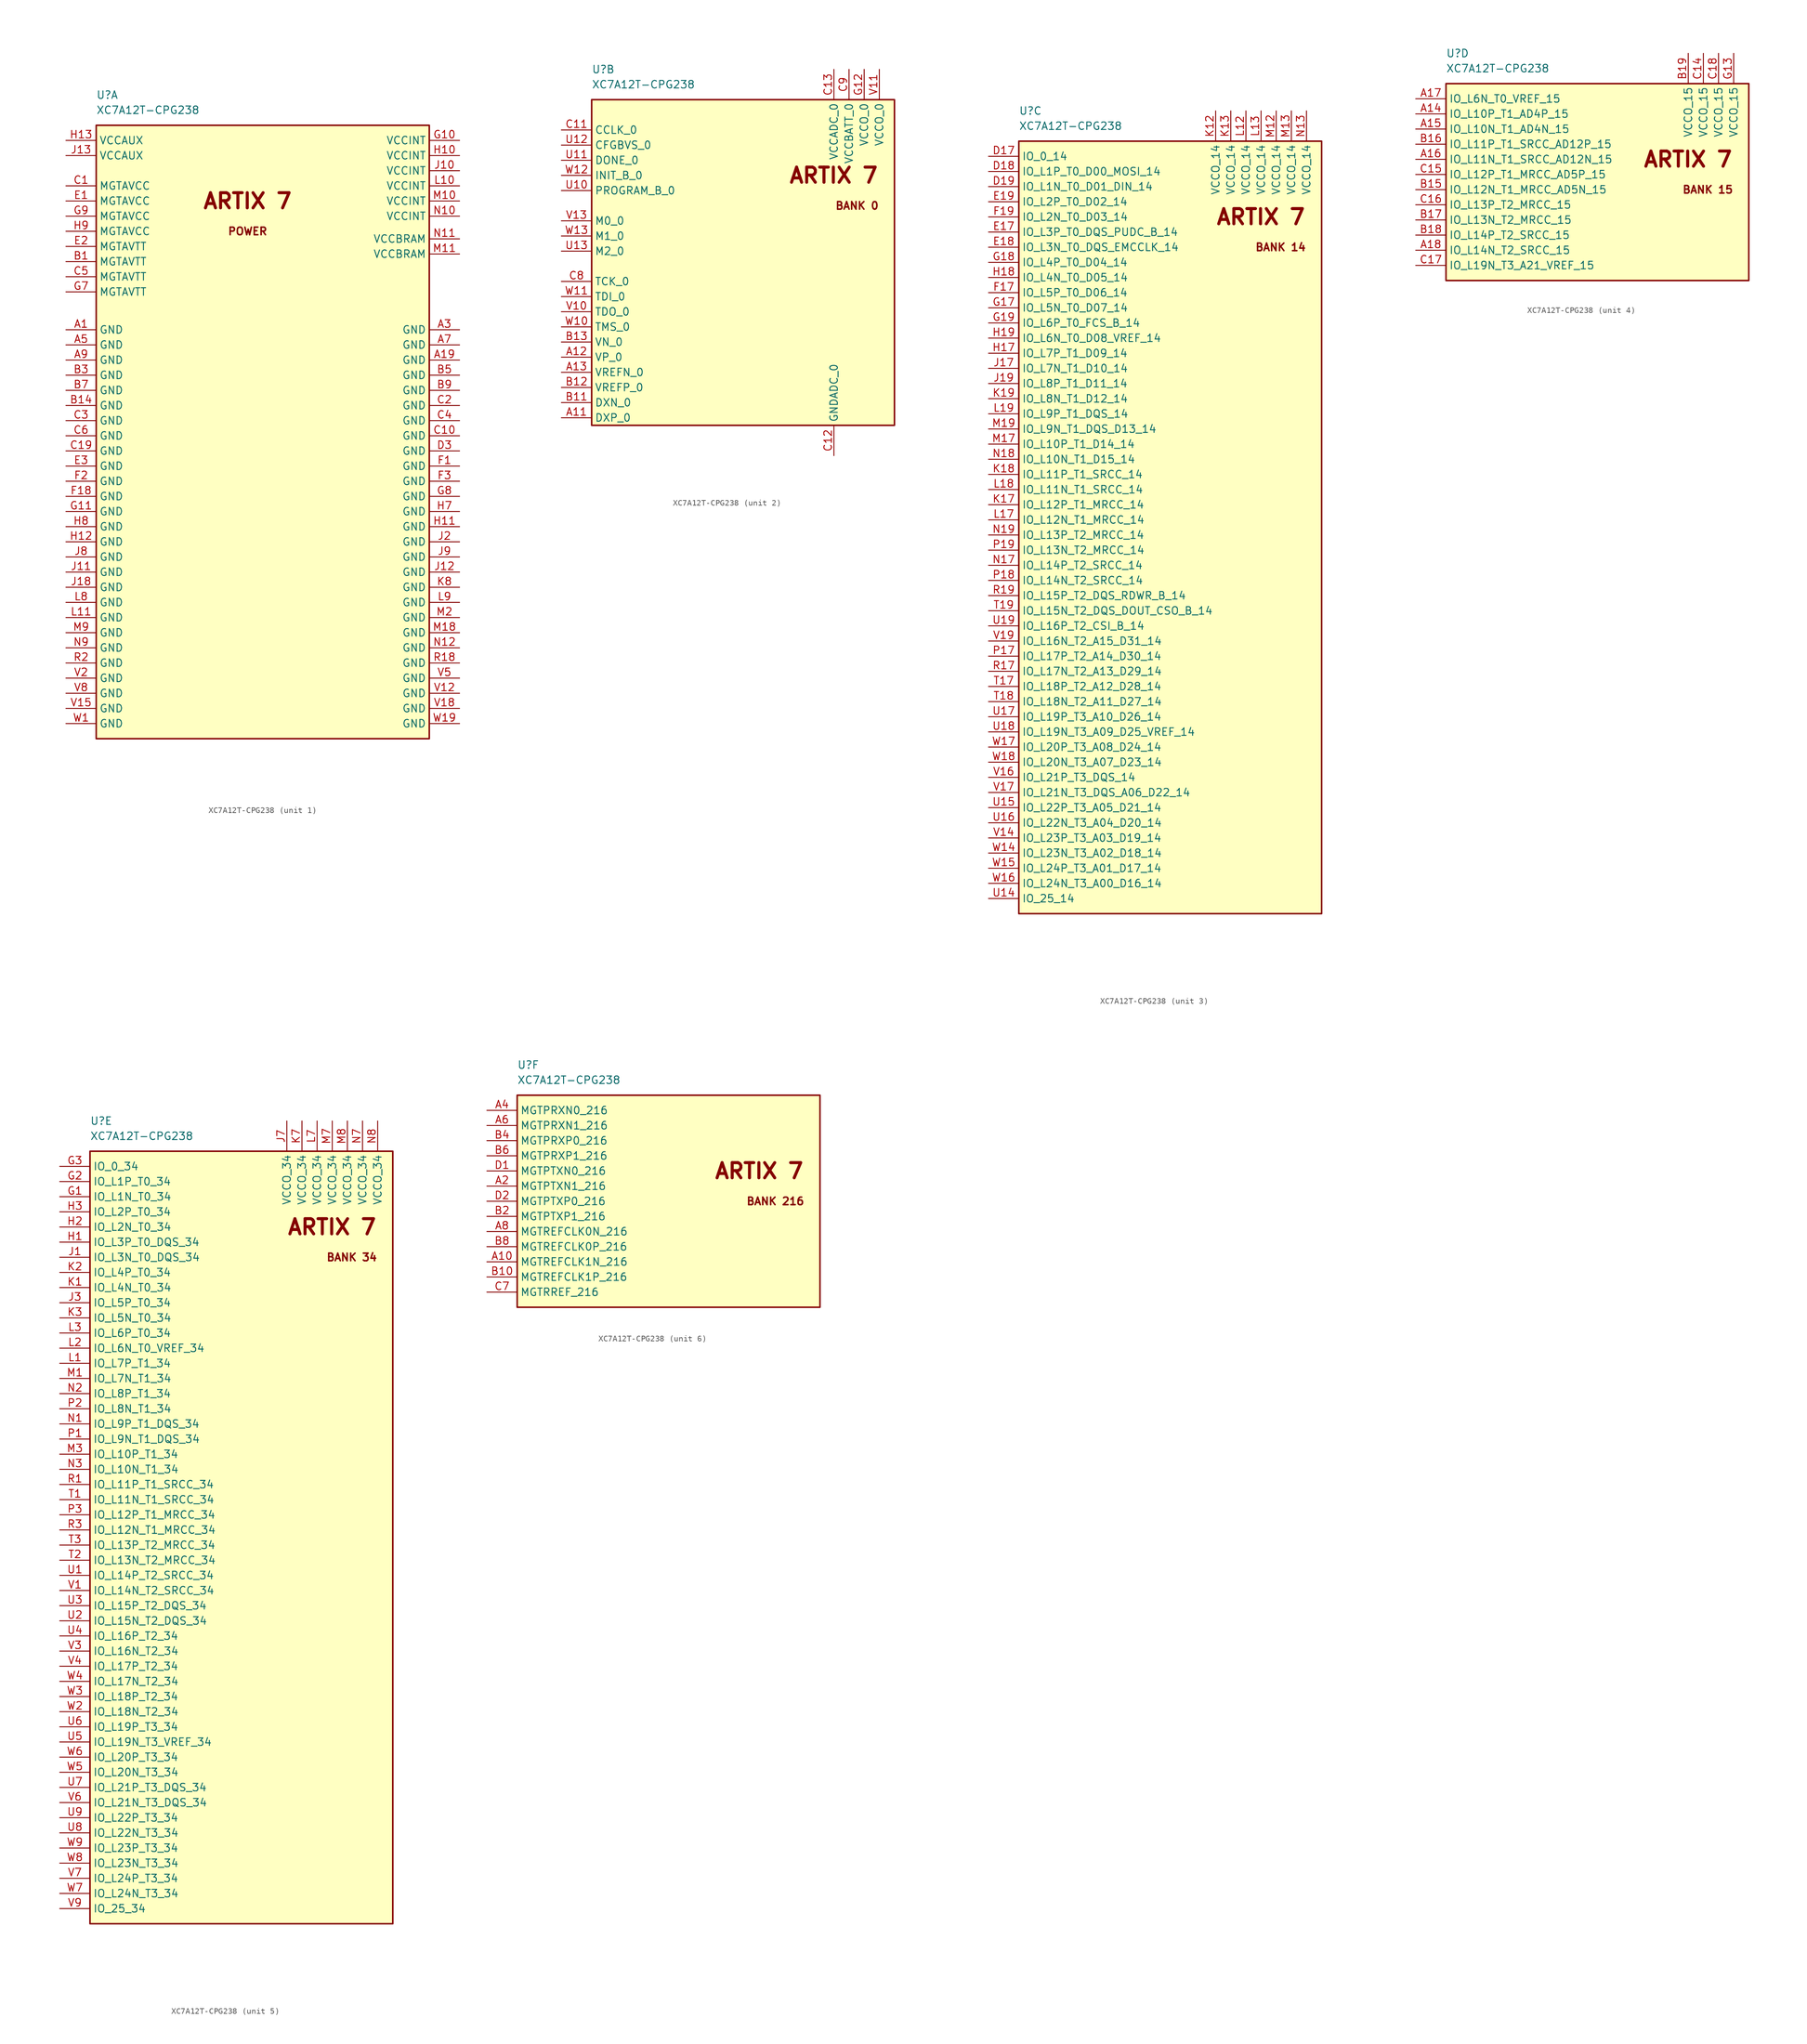
<source format=kicad_sym>
(kicad_symbol_lib
  (version 20211014)
  (generator kicad_symbol_editor)
  (symbol "XC7A12T-CPG238"
    (property "Reference" "U"
      (at 5.08 7.62 0)
      (effects (font (size 1.27 1.27)) (justify left)))
    (property "Value" "XC7A12T-CPG238"
      (at 5.08 5.08 0)
      (effects (font (size 1.27 1.27)) (justify left)))
    (property "ki_locked" ""
      (at 0 0 0)
      (effects (font (size 1.27 1.27))))
    (symbol "XC7A12T-CPG238_1_0"
      (text "ARTIX 7" (at 30.48 -10.16 0) (effects (font (size 2.54 2.54) bold)))
      (text "POWER" (at 30.48 -15.24 0) (effects (font (size 1.27 1.27) bold)))
      (pin power_in line (at 0 -31.75 0) (length 5.08) (name "GND" (effects (font (size 1.27 1.27)))) (number "A1" (effects (font (size 1.27 1.27)))))
      (pin power_in line (at 66.04 -36.83 180) (length 5.08) (name "GND" (effects (font (size 1.27 1.27)))) (number "A19" (effects (font (size 1.27 1.27)))))
      (pin power_in line (at 66.04 -31.75 180) (length 5.08) (name "GND" (effects (font (size 1.27 1.27)))) (number "A3" (effects (font (size 1.27 1.27)))))
      (pin power_in line (at 0 -34.29 0) (length 5.08) (name "GND" (effects (font (size 1.27 1.27)))) (number "A5" (effects (font (size 1.27 1.27)))))
      (pin power_in line (at 66.04 -34.29 180) (length 5.08) (name "GND" (effects (font (size 1.27 1.27)))) (number "A7" (effects (font (size 1.27 1.27)))))
      (pin power_in line (at 0 -36.83 0) (length 5.08) (name "GND" (effects (font (size 1.27 1.27)))) (number "A9" (effects (font (size 1.27 1.27)))))
      (pin bidirectional line (at 0 -20.32 0) (length 5.08) (name "MGTAVTT" (effects (font (size 1.27 1.27)))) (number "B1" (effects (font (size 1.27 1.27)))))
      (pin power_in line (at 0 -44.45 0) (length 5.08) (name "GND" (effects (font (size 1.27 1.27)))) (number "B14" (effects (font (size 1.27 1.27)))))
      (pin power_in line (at 0 -39.37 0) (length 5.08) (name "GND" (effects (font (size 1.27 1.27)))) (number "B3" (effects (font (size 1.27 1.27)))))
      (pin power_in line (at 66.04 -39.37 180) (length 5.08) (name "GND" (effects (font (size 1.27 1.27)))) (number "B5" (effects (font (size 1.27 1.27)))))
      (pin power_in line (at 0 -41.91 0) (length 5.08) (name "GND" (effects (font (size 1.27 1.27)))) (number "B7" (effects (font (size 1.27 1.27)))))
      (pin power_in line (at 66.04 -41.91 180) (length 5.08) (name "GND" (effects (font (size 1.27 1.27)))) (number "B9" (effects (font (size 1.27 1.27)))))
      (pin power_in line (at 0 -7.62 0) (length 5.08) (name "MGTAVCC" (effects (font (size 1.27 1.27)))) (number "C1" (effects (font (size 1.27 1.27)))))
      (pin power_in line (at 66.04 -49.53 180) (length 5.08) (name "GND" (effects (font (size 1.27 1.27)))) (number "C10" (effects (font (size 1.27 1.27)))))
      (pin power_in line (at 0 -52.07 0) (length 5.08) (name "GND" (effects (font (size 1.27 1.27)))) (number "C19" (effects (font (size 1.27 1.27)))))
      (pin power_in line (at 66.04 -44.45 180) (length 5.08) (name "GND" (effects (font (size 1.27 1.27)))) (number "C2" (effects (font (size 1.27 1.27)))))
      (pin power_in line (at 0 -46.99 0) (length 5.08) (name "GND" (effects (font (size 1.27 1.27)))) (number "C3" (effects (font (size 1.27 1.27)))))
      (pin power_in line (at 66.04 -46.99 180) (length 5.08) (name "GND" (effects (font (size 1.27 1.27)))) (number "C4" (effects (font (size 1.27 1.27)))))
      (pin bidirectional line (at 0 -22.86 0) (length 5.08) (name "MGTAVTT" (effects (font (size 1.27 1.27)))) (number "C5" (effects (font (size 1.27 1.27)))))
      (pin power_in line (at 0 -49.53 0) (length 5.08) (name "GND" (effects (font (size 1.27 1.27)))) (number "C6" (effects (font (size 1.27 1.27)))))
      (pin power_in line (at 66.04 -52.07 180) (length 5.08) (name "GND" (effects (font (size 1.27 1.27)))) (number "D3" (effects (font (size 1.27 1.27)))))
      (pin power_in line (at 0 -10.16 0) (length 5.08) (name "MGTAVCC" (effects (font (size 1.27 1.27)))) (number "E1" (effects (font (size 1.27 1.27)))))
      (pin bidirectional line (at 0 -17.78 0) (length 5.08) (name "MGTAVTT" (effects (font (size 1.27 1.27)))) (number "E2" (effects (font (size 1.27 1.27)))))
      (pin power_in line (at 0 -54.61 0) (length 5.08) (name "GND" (effects (font (size 1.27 1.27)))) (number "E3" (effects (font (size 1.27 1.27)))))
      (pin power_in line (at 66.04 -54.61 180) (length 5.08) (name "GND" (effects (font (size 1.27 1.27)))) (number "F1" (effects (font (size 1.27 1.27)))))
      (pin power_in line (at 0 -59.69 0) (length 5.08) (name "GND" (effects (font (size 1.27 1.27)))) (number "F18" (effects (font (size 1.27 1.27)))))
      (pin power_in line (at 0 -57.15 0) (length 5.08) (name "GND" (effects (font (size 1.27 1.27)))) (number "F2" (effects (font (size 1.27 1.27)))))
      (pin power_in line (at 66.04 -57.15 180) (length 5.08) (name "GND" (effects (font (size 1.27 1.27)))) (number "F3" (effects (font (size 1.27 1.27)))))
      (pin power_in line (at 66.04 0 180) (length 5.08) (name "VCCINT" (effects (font (size 1.27 1.27)))) (number "G10" (effects (font (size 1.27 1.27)))))
      (pin power_in line (at 0 -62.23 0) (length 5.08) (name "GND" (effects (font (size 1.27 1.27)))) (number "G11" (effects (font (size 1.27 1.27)))))
      (pin bidirectional line (at 0 -25.4 0) (length 5.08) (name "MGTAVTT" (effects (font (size 1.27 1.27)))) (number "G7" (effects (font (size 1.27 1.27)))))
      (pin power_in line (at 66.04 -59.69 180) (length 5.08) (name "GND" (effects (font (size 1.27 1.27)))) (number "G8" (effects (font (size 1.27 1.27)))))
      (pin power_in line (at 0 -12.7 0) (length 5.08) (name "MGTAVCC" (effects (font (size 1.27 1.27)))) (number "G9" (effects (font (size 1.27 1.27)))))
      (pin power_in line (at 66.04 -2.54 180) (length 5.08) (name "VCCINT" (effects (font (size 1.27 1.27)))) (number "H10" (effects (font (size 1.27 1.27)))))
      (pin power_in line (at 66.04 -64.77 180) (length 5.08) (name "GND" (effects (font (size 1.27 1.27)))) (number "H11" (effects (font (size 1.27 1.27)))))
      (pin power_in line (at 0 -67.31 0) (length 5.08) (name "GND" (effects (font (size 1.27 1.27)))) (number "H12" (effects (font (size 1.27 1.27)))))
      (pin power_in line (at 0 0 0) (length 5.08) (name "VCCAUX" (effects (font (size 1.27 1.27)))) (number "H13" (effects (font (size 1.27 1.27)))))
      (pin power_in line (at 66.04 -62.23 180) (length 5.08) (name "GND" (effects (font (size 1.27 1.27)))) (number "H7" (effects (font (size 1.27 1.27)))))
      (pin power_in line (at 0 -64.77 0) (length 5.08) (name "GND" (effects (font (size 1.27 1.27)))) (number "H8" (effects (font (size 1.27 1.27)))))
      (pin power_in line (at 0 -15.24 0) (length 5.08) (name "MGTAVCC" (effects (font (size 1.27 1.27)))) (number "H9" (effects (font (size 1.27 1.27)))))
      (pin power_in line (at 66.04 -5.08 180) (length 5.08) (name "VCCINT" (effects (font (size 1.27 1.27)))) (number "J10" (effects (font (size 1.27 1.27)))))
      (pin power_in line (at 0 -72.39 0) (length 5.08) (name "GND" (effects (font (size 1.27 1.27)))) (number "J11" (effects (font (size 1.27 1.27)))))
      (pin power_in line (at 66.04 -72.39 180) (length 5.08) (name "GND" (effects (font (size 1.27 1.27)))) (number "J12" (effects (font (size 1.27 1.27)))))
      (pin power_in line (at 0 -2.54 0) (length 5.08) (name "VCCAUX" (effects (font (size 1.27 1.27)))) (number "J13" (effects (font (size 1.27 1.27)))))
      (pin power_in line (at 0 -74.93 0) (length 5.08) (name "GND" (effects (font (size 1.27 1.27)))) (number "J18" (effects (font (size 1.27 1.27)))))
      (pin power_in line (at 66.04 -67.31 180) (length 5.08) (name "GND" (effects (font (size 1.27 1.27)))) (number "J2" (effects (font (size 1.27 1.27)))))
      (pin power_in line (at 0 -69.85 0) (length 5.08) (name "GND" (effects (font (size 1.27 1.27)))) (number "J8" (effects (font (size 1.27 1.27)))))
      (pin power_in line (at 66.04 -69.85 180) (length 5.08) (name "GND" (effects (font (size 1.27 1.27)))) (number "J9" (effects (font (size 1.27 1.27)))))
      (pin power_in line (at 66.04 -74.93 180) (length 5.08) (name "GND" (effects (font (size 1.27 1.27)))) (number "K8" (effects (font (size 1.27 1.27)))))
      (pin power_in line (at 66.04 -7.62 180) (length 5.08) (name "VCCINT" (effects (font (size 1.27 1.27)))) (number "L10" (effects (font (size 1.27 1.27)))))
      (pin power_in line (at 0 -80.01 0) (length 5.08) (name "GND" (effects (font (size 1.27 1.27)))) (number "L11" (effects (font (size 1.27 1.27)))))
      (pin power_in line (at 0 -77.47 0) (length 5.08) (name "GND" (effects (font (size 1.27 1.27)))) (number "L8" (effects (font (size 1.27 1.27)))))
      (pin power_in line (at 66.04 -77.47 180) (length 5.08) (name "GND" (effects (font (size 1.27 1.27)))) (number "L9" (effects (font (size 1.27 1.27)))))
      (pin power_in line (at 66.04 -10.16 180) (length 5.08) (name "VCCINT" (effects (font (size 1.27 1.27)))) (number "M10" (effects (font (size 1.27 1.27)))))
      (pin power_in line (at 66.04 -19.05 180) (length 5.08) (name "VCCBRAM" (effects (font (size 1.27 1.27)))) (number "M11" (effects (font (size 1.27 1.27)))))
      (pin power_in line (at 66.04 -82.55 180) (length 5.08) (name "GND" (effects (font (size 1.27 1.27)))) (number "M18" (effects (font (size 1.27 1.27)))))
      (pin power_in line (at 66.04 -80.01 180) (length 5.08) (name "GND" (effects (font (size 1.27 1.27)))) (number "M2" (effects (font (size 1.27 1.27)))))
      (pin power_in line (at 0 -82.55 0) (length 5.08) (name "GND" (effects (font (size 1.27 1.27)))) (number "M9" (effects (font (size 1.27 1.27)))))
      (pin power_in line (at 66.04 -12.7 180) (length 5.08) (name "VCCINT" (effects (font (size 1.27 1.27)))) (number "N10" (effects (font (size 1.27 1.27)))))
      (pin power_in line (at 66.04 -16.51 180) (length 5.08) (name "VCCBRAM" (effects (font (size 1.27 1.27)))) (number "N11" (effects (font (size 1.27 1.27)))))
      (pin power_in line (at 66.04 -85.09 180) (length 5.08) (name "GND" (effects (font (size 1.27 1.27)))) (number "N12" (effects (font (size 1.27 1.27)))))
      (pin power_in line (at 0 -85.09 0) (length 5.08) (name "GND" (effects (font (size 1.27 1.27)))) (number "N9" (effects (font (size 1.27 1.27)))))
      (pin power_in line (at 66.04 -87.63 180) (length 5.08) (name "GND" (effects (font (size 1.27 1.27)))) (number "R18" (effects (font (size 1.27 1.27)))))
      (pin power_in line (at 0 -87.63 0) (length 5.08) (name "GND" (effects (font (size 1.27 1.27)))) (number "R2" (effects (font (size 1.27 1.27)))))
      (pin power_in line (at 66.04 -92.71 180) (length 5.08) (name "GND" (effects (font (size 1.27 1.27)))) (number "V12" (effects (font (size 1.27 1.27)))))
      (pin power_in line (at 0 -95.25 0) (length 5.08) (name "GND" (effects (font (size 1.27 1.27)))) (number "V15" (effects (font (size 1.27 1.27)))))
      (pin power_in line (at 66.04 -95.25 180) (length 5.08) (name "GND" (effects (font (size 1.27 1.27)))) (number "V18" (effects (font (size 1.27 1.27)))))
      (pin power_in line (at 0 -90.17 0) (length 5.08) (name "GND" (effects (font (size 1.27 1.27)))) (number "V2" (effects (font (size 1.27 1.27)))))
      (pin power_in line (at 66.04 -90.17 180) (length 5.08) (name "GND" (effects (font (size 1.27 1.27)))) (number "V5" (effects (font (size 1.27 1.27)))))
      (pin power_in line (at 0 -92.71 0) (length 5.08) (name "GND" (effects (font (size 1.27 1.27)))) (number "V8" (effects (font (size 1.27 1.27)))))
      (pin power_in line (at 0 -97.79 0) (length 5.08) (name "GND" (effects (font (size 1.27 1.27)))) (number "W1" (effects (font (size 1.27 1.27)))))
      (pin power_in line (at 66.04 -97.79 180) (length 5.08) (name "GND" (effects (font (size 1.27 1.27)))) (number "W19" (effects (font (size 1.27 1.27))))))
    (symbol "XC7A12T-CPG238_1_1"
      (rectangle (start 5.08 -100.33) (end 60.96 2.54) (stroke (width 0.254) (type default) (color 0 0 0 0)) (fill (type background))))
    (symbol "XC7A12T-CPG238_2_0"
      (text "ARTIX 7" (at 53.34 -10.16 0) (effects (font (size 2.54 2.54) bold) (justify right)))
      (text "BANK 0" (at 53.34 -15.24 0) (effects (font (size 1.27 1.27) bold) (justify right)))
      (pin bidirectional line (at 0 -50.8 0) (length 5.08) (name "DXP_0" (effects (font (size 1.27 1.27)))) (number "A11" (effects (font (size 1.27 1.27)))))
      (pin bidirectional line (at 0 -40.64 0) (length 5.08) (name "VP_0" (effects (font (size 1.27 1.27)))) (number "A12" (effects (font (size 1.27 1.27)))))
      (pin bidirectional line (at 0 -43.18 0) (length 5.08) (name "VREFN_0" (effects (font (size 1.27 1.27)))) (number "A13" (effects (font (size 1.27 1.27)))))
      (pin bidirectional line (at 0 -48.26 0) (length 5.08) (name "DXN_0" (effects (font (size 1.27 1.27)))) (number "B11" (effects (font (size 1.27 1.27)))))
      (pin bidirectional line (at 0 -45.72 0) (length 5.08) (name "VREFP_0" (effects (font (size 1.27 1.27)))) (number "B12" (effects (font (size 1.27 1.27)))))
      (pin bidirectional line (at 0 -38.1 0) (length 5.08) (name "VN_0" (effects (font (size 1.27 1.27)))) (number "B13" (effects (font (size 1.27 1.27)))))
      (pin bidirectional line (at 0 -2.54 0) (length 5.08) (name "CCLK_0" (effects (font (size 1.27 1.27)))) (number "C11" (effects (font (size 1.27 1.27)))))
      (pin power_in line (at 45.72 -57.15 90) (length 5.08) (name "GNDADC_0" (effects (font (size 1.27 1.27)))) (number "C12" (effects (font (size 1.27 1.27)))))
      (pin power_in line (at 45.72 7.62 270) (length 5.08) (name "VCCADC_0" (effects (font (size 1.27 1.27)))) (number "C13" (effects (font (size 1.27 1.27)))))
      (pin bidirectional line (at 0 -27.94 0) (length 5.08) (name "TCK_0" (effects (font (size 1.27 1.27)))) (number "C8" (effects (font (size 1.27 1.27)))))
      (pin power_in line (at 48.26 7.62 270) (length 5.08) (name "VCCBATT_0" (effects (font (size 1.27 1.27)))) (number "C9" (effects (font (size 1.27 1.27)))))
      (pin power_in line (at 50.8 7.62 270) (length 5.08) (name "VCCO_0" (effects (font (size 1.27 1.27)))) (number "G12" (effects (font (size 1.27 1.27)))))
      (pin bidirectional line (at 0 -12.7 0) (length 5.08) (name "PROGRAM_B_0" (effects (font (size 1.27 1.27)))) (number "U10" (effects (font (size 1.27 1.27)))))
      (pin bidirectional line (at 0 -7.62 0) (length 5.08) (name "DONE_0" (effects (font (size 1.27 1.27)))) (number "U11" (effects (font (size 1.27 1.27)))))
      (pin bidirectional line (at 0 -5.08 0) (length 5.08) (name "CFGBVS_0" (effects (font (size 1.27 1.27)))) (number "U12" (effects (font (size 1.27 1.27)))))
      (pin bidirectional line (at 0 -22.86 0) (length 5.08) (name "M2_0" (effects (font (size 1.27 1.27)))) (number "U13" (effects (font (size 1.27 1.27)))))
      (pin bidirectional line (at 0 -33.02 0) (length 5.08) (name "TDO_0" (effects (font (size 1.27 1.27)))) (number "V10" (effects (font (size 1.27 1.27)))))
      (pin power_in line (at 53.34 7.62 270) (length 5.08) (name "VCCO_0" (effects (font (size 1.27 1.27)))) (number "V11" (effects (font (size 1.27 1.27)))))
      (pin bidirectional line (at 0 -17.78 0) (length 5.08) (name "M0_0" (effects (font (size 1.27 1.27)))) (number "V13" (effects (font (size 1.27 1.27)))))
      (pin bidirectional line (at 0 -35.56 0) (length 5.08) (name "TMS_0" (effects (font (size 1.27 1.27)))) (number "W10" (effects (font (size 1.27 1.27)))))
      (pin bidirectional line (at 0 -30.48 0) (length 5.08) (name "TDI_0" (effects (font (size 1.27 1.27)))) (number "W11" (effects (font (size 1.27 1.27)))))
      (pin bidirectional line (at 0 -10.16 0) (length 5.08) (name "INIT_B_0" (effects (font (size 1.27 1.27)))) (number "W12" (effects (font (size 1.27 1.27)))))
      (pin bidirectional line (at 0 -20.32 0) (length 5.08) (name "M1_0" (effects (font (size 1.27 1.27)))) (number "W13" (effects (font (size 1.27 1.27))))))
    (symbol "XC7A12T-CPG238_2_1"
      (rectangle (start 5.08 -52.07) (end 55.88 2.54) (stroke (width 0.254) (type default) (color 0 0 0 0)) (fill (type background))))
    (symbol "XC7A12T-CPG238_3_0"
      (rectangle (start 5.08 2.54) (end 55.88 -127) (stroke (width 0.254) (type default) (color 0 0 0 0)) (fill (type background)))
      (text "ARTIX 7" (at 53.34 -10.16 0) (effects (font (size 2.54 2.54) bold) (justify right)))
      (text "BANK 14" (at 53.34 -15.24 0) (effects (font (size 1.27 1.27) bold) (justify right)))
      (pin bidirectional line (at 0 0 0) (length 5.08) (name "IO_0_14" (effects (font (size 1.27 1.27)))) (number "D17" (effects (font (size 1.27 1.27)))))
      (pin bidirectional line (at 0 -2.54 0) (length 5.08) (name "IO_L1P_T0_D00_MOSI_14" (effects (font (size 1.27 1.27)))) (number "D18" (effects (font (size 1.27 1.27)))))
      (pin bidirectional line (at 0 -5.08 0) (length 5.08) (name "IO_L1N_T0_D01_DIN_14" (effects (font (size 1.27 1.27)))) (number "D19" (effects (font (size 1.27 1.27)))))
      (pin bidirectional line (at 0 -12.7 0) (length 5.08) (name "IO_L3P_T0_DQS_PUDC_B_14" (effects (font (size 1.27 1.27)))) (number "E17" (effects (font (size 1.27 1.27)))))
      (pin bidirectional line (at 0 -15.24 0) (length 5.08) (name "IO_L3N_T0_DQS_EMCCLK_14" (effects (font (size 1.27 1.27)))) (number "E18" (effects (font (size 1.27 1.27)))))
      (pin bidirectional line (at 0 -7.62 0) (length 5.08) (name "IO_L2P_T0_D02_14" (effects (font (size 1.27 1.27)))) (number "E19" (effects (font (size 1.27 1.27)))))
      (pin bidirectional line (at 0 -22.86 0) (length 5.08) (name "IO_L5P_T0_D06_14" (effects (font (size 1.27 1.27)))) (number "F17" (effects (font (size 1.27 1.27)))))
      (pin bidirectional line (at 0 -10.16 0) (length 5.08) (name "IO_L2N_T0_D03_14" (effects (font (size 1.27 1.27)))) (number "F19" (effects (font (size 1.27 1.27)))))
      (pin bidirectional line (at 0 -25.4 0) (length 5.08) (name "IO_L5N_T0_D07_14" (effects (font (size 1.27 1.27)))) (number "G17" (effects (font (size 1.27 1.27)))))
      (pin bidirectional line (at 0 -17.78 0) (length 5.08) (name "IO_L4P_T0_D04_14" (effects (font (size 1.27 1.27)))) (number "G18" (effects (font (size 1.27 1.27)))))
      (pin bidirectional line (at 0 -27.94 0) (length 5.08) (name "IO_L6P_T0_FCS_B_14" (effects (font (size 1.27 1.27)))) (number "G19" (effects (font (size 1.27 1.27)))))
      (pin bidirectional line (at 0 -33.02 0) (length 5.08) (name "IO_L7P_T1_D09_14" (effects (font (size 1.27 1.27)))) (number "H17" (effects (font (size 1.27 1.27)))))
      (pin bidirectional line (at 0 -20.32 0) (length 5.08) (name "IO_L4N_T0_D05_14" (effects (font (size 1.27 1.27)))) (number "H18" (effects (font (size 1.27 1.27)))))
      (pin bidirectional line (at 0 -30.48 0) (length 5.08) (name "IO_L6N_T0_D08_VREF_14" (effects (font (size 1.27 1.27)))) (number "H19" (effects (font (size 1.27 1.27)))))
      (pin bidirectional line (at 0 -35.56 0) (length 5.08) (name "IO_L7N_T1_D10_14" (effects (font (size 1.27 1.27)))) (number "J17" (effects (font (size 1.27 1.27)))))
      (pin bidirectional line (at 0 -38.1 0) (length 5.08) (name "IO_L8P_T1_D11_14" (effects (font (size 1.27 1.27)))) (number "J19" (effects (font (size 1.27 1.27)))))
      (pin power_in line (at 38.1 7.62 270) (length 5.08) (name "VCCO_14" (effects (font (size 1.27 1.27)))) (number "K12" (effects (font (size 1.27 1.27)))))
      (pin power_in line (at 40.64 7.62 270) (length 5.08) (name "VCCO_14" (effects (font (size 1.27 1.27)))) (number "K13" (effects (font (size 1.27 1.27)))))
      (pin bidirectional line (at 0 -58.42 0) (length 5.08) (name "IO_L12P_T1_MRCC_14" (effects (font (size 1.27 1.27)))) (number "K17" (effects (font (size 1.27 1.27)))))
      (pin bidirectional line (at 0 -53.34 0) (length 5.08) (name "IO_L11P_T1_SRCC_14" (effects (font (size 1.27 1.27)))) (number "K18" (effects (font (size 1.27 1.27)))))
      (pin bidirectional line (at 0 -40.64 0) (length 5.08) (name "IO_L8N_T1_D12_14" (effects (font (size 1.27 1.27)))) (number "K19" (effects (font (size 1.27 1.27)))))
      (pin power_in line (at 43.18 7.62 270) (length 5.08) (name "VCCO_14" (effects (font (size 1.27 1.27)))) (number "L12" (effects (font (size 1.27 1.27)))))
      (pin power_in line (at 45.72 7.62 270) (length 5.08) (name "VCCO_14" (effects (font (size 1.27 1.27)))) (number "L13" (effects (font (size 1.27 1.27)))))
      (pin bidirectional line (at 0 -60.96 0) (length 5.08) (name "IO_L12N_T1_MRCC_14" (effects (font (size 1.27 1.27)))) (number "L17" (effects (font (size 1.27 1.27)))))
      (pin bidirectional line (at 0 -55.88 0) (length 5.08) (name "IO_L11N_T1_SRCC_14" (effects (font (size 1.27 1.27)))) (number "L18" (effects (font (size 1.27 1.27)))))
      (pin bidirectional line (at 0 -43.18 0) (length 5.08) (name "IO_L9P_T1_DQS_14" (effects (font (size 1.27 1.27)))) (number "L19" (effects (font (size 1.27 1.27)))))
      (pin power_in line (at 48.26 7.62 270) (length 5.08) (name "VCCO_14" (effects (font (size 1.27 1.27)))) (number "M12" (effects (font (size 1.27 1.27)))))
      (pin power_in line (at 50.8 7.62 270) (length 5.08) (name "VCCO_14" (effects (font (size 1.27 1.27)))) (number "M13" (effects (font (size 1.27 1.27)))))
      (pin bidirectional line (at 0 -48.26 0) (length 5.08) (name "IO_L10P_T1_D14_14" (effects (font (size 1.27 1.27)))) (number "M17" (effects (font (size 1.27 1.27)))))
      (pin bidirectional line (at 0 -45.72 0) (length 5.08) (name "IO_L9N_T1_DQS_D13_14" (effects (font (size 1.27 1.27)))) (number "M19" (effects (font (size 1.27 1.27)))))
      (pin power_in line (at 53.34 7.62 270) (length 5.08) (name "VCCO_14" (effects (font (size 1.27 1.27)))) (number "N13" (effects (font (size 1.27 1.27)))))
      (pin bidirectional line (at 0 -68.58 0) (length 5.08) (name "IO_L14P_T2_SRCC_14" (effects (font (size 1.27 1.27)))) (number "N17" (effects (font (size 1.27 1.27)))))
      (pin bidirectional line (at 0 -50.8 0) (length 5.08) (name "IO_L10N_T1_D15_14" (effects (font (size 1.27 1.27)))) (number "N18" (effects (font (size 1.27 1.27)))))
      (pin bidirectional line (at 0 -63.5 0) (length 5.08) (name "IO_L13P_T2_MRCC_14" (effects (font (size 1.27 1.27)))) (number "N19" (effects (font (size 1.27 1.27)))))
      (pin bidirectional line (at 0 -83.82 0) (length 5.08) (name "IO_L17P_T2_A14_D30_14" (effects (font (size 1.27 1.27)))) (number "P17" (effects (font (size 1.27 1.27)))))
      (pin bidirectional line (at 0 -71.12 0) (length 5.08) (name "IO_L14N_T2_SRCC_14" (effects (font (size 1.27 1.27)))) (number "P18" (effects (font (size 1.27 1.27)))))
      (pin bidirectional line (at 0 -66.04 0) (length 5.08) (name "IO_L13N_T2_MRCC_14" (effects (font (size 1.27 1.27)))) (number "P19" (effects (font (size 1.27 1.27)))))
      (pin bidirectional line (at 0 -86.36 0) (length 5.08) (name "IO_L17N_T2_A13_D29_14" (effects (font (size 1.27 1.27)))) (number "R17" (effects (font (size 1.27 1.27)))))
      (pin bidirectional line (at 0 -73.66 0) (length 5.08) (name "IO_L15P_T2_DQS_RDWR_B_14" (effects (font (size 1.27 1.27)))) (number "R19" (effects (font (size 1.27 1.27)))))
      (pin bidirectional line (at 0 -88.9 0) (length 5.08) (name "IO_L18P_T2_A12_D28_14" (effects (font (size 1.27 1.27)))) (number "T17" (effects (font (size 1.27 1.27)))))
      (pin bidirectional line (at 0 -91.44 0) (length 5.08) (name "IO_L18N_T2_A11_D27_14" (effects (font (size 1.27 1.27)))) (number "T18" (effects (font (size 1.27 1.27)))))
      (pin bidirectional line (at 0 -76.2 0) (length 5.08) (name "IO_L15N_T2_DQS_DOUT_CSO_B_14" (effects (font (size 1.27 1.27)))) (number "T19" (effects (font (size 1.27 1.27)))))
      (pin bidirectional line (at 0 -124.46 0) (length 5.08) (name "IO_25_14" (effects (font (size 1.27 1.27)))) (number "U14" (effects (font (size 1.27 1.27)))))
      (pin bidirectional line (at 0 -109.22 0) (length 5.08) (name "IO_L22P_T3_A05_D21_14" (effects (font (size 1.27 1.27)))) (number "U15" (effects (font (size 1.27 1.27)))))
      (pin bidirectional line (at 0 -111.76 0) (length 5.08) (name "IO_L22N_T3_A04_D20_14" (effects (font (size 1.27 1.27)))) (number "U16" (effects (font (size 1.27 1.27)))))
      (pin bidirectional line (at 0 -93.98 0) (length 5.08) (name "IO_L19P_T3_A10_D26_14" (effects (font (size 1.27 1.27)))) (number "U17" (effects (font (size 1.27 1.27)))))
      (pin bidirectional line (at 0 -96.52 0) (length 5.08) (name "IO_L19N_T3_A09_D25_VREF_14" (effects (font (size 1.27 1.27)))) (number "U18" (effects (font (size 1.27 1.27)))))
      (pin bidirectional line (at 0 -78.74 0) (length 5.08) (name "IO_L16P_T2_CSI_B_14" (effects (font (size 1.27 1.27)))) (number "U19" (effects (font (size 1.27 1.27)))))
      (pin bidirectional line (at 0 -114.3 0) (length 5.08) (name "IO_L23P_T3_A03_D19_14" (effects (font (size 1.27 1.27)))) (number "V14" (effects (font (size 1.27 1.27)))))
      (pin bidirectional line (at 0 -104.14 0) (length 5.08) (name "IO_L21P_T3_DQS_14" (effects (font (size 1.27 1.27)))) (number "V16" (effects (font (size 1.27 1.27)))))
      (pin bidirectional line (at 0 -106.68 0) (length 5.08) (name "IO_L21N_T3_DQS_A06_D22_14" (effects (font (size 1.27 1.27)))) (number "V17" (effects (font (size 1.27 1.27)))))
      (pin bidirectional line (at 0 -81.28 0) (length 5.08) (name "IO_L16N_T2_A15_D31_14" (effects (font (size 1.27 1.27)))) (number "V19" (effects (font (size 1.27 1.27)))))
      (pin bidirectional line (at 0 -116.84 0) (length 5.08) (name "IO_L23N_T3_A02_D18_14" (effects (font (size 1.27 1.27)))) (number "W14" (effects (font (size 1.27 1.27)))))
      (pin bidirectional line (at 0 -119.38 0) (length 5.08) (name "IO_L24P_T3_A01_D17_14" (effects (font (size 1.27 1.27)))) (number "W15" (effects (font (size 1.27 1.27)))))
      (pin bidirectional line (at 0 -121.92 0) (length 5.08) (name "IO_L24N_T3_A00_D16_14" (effects (font (size 1.27 1.27)))) (number "W16" (effects (font (size 1.27 1.27)))))
      (pin bidirectional line (at 0 -99.06 0) (length 5.08) (name "IO_L20P_T3_A08_D24_14" (effects (font (size 1.27 1.27)))) (number "W17" (effects (font (size 1.27 1.27)))))
      (pin bidirectional line (at 0 -101.6 0) (length 5.08) (name "IO_L20N_T3_A07_D23_14" (effects (font (size 1.27 1.27)))) (number "W18" (effects (font (size 1.27 1.27))))))
    (symbol "XC7A12T-CPG238_4_0"
      (rectangle (start 5.08 2.54) (end 55.88 -30.48) (stroke (width 0.254) (type default) (color 0 0 0 0)) (fill (type background)))
      (text "ARTIX 7" (at 53.34 -10.16 0) (effects (font (size 2.54 2.54) bold) (justify right)))
      (text "BANK 15" (at 53.34 -15.24 0) (effects (font (size 1.27 1.27) bold) (justify right)))
      (pin bidirectional line (at 0 -2.54 0) (length 5.08) (name "IO_L10P_T1_AD4P_15" (effects (font (size 1.27 1.27)))) (number "A14" (effects (font (size 1.27 1.27)))))
      (pin bidirectional line (at 0 -5.08 0) (length 5.08) (name "IO_L10N_T1_AD4N_15" (effects (font (size 1.27 1.27)))) (number "A15" (effects (font (size 1.27 1.27)))))
      (pin bidirectional line (at 0 -10.16 0) (length 5.08) (name "IO_L11N_T1_SRCC_AD12N_15" (effects (font (size 1.27 1.27)))) (number "A16" (effects (font (size 1.27 1.27)))))
      (pin bidirectional line (at 0 0 0) (length 5.08) (name "IO_L6N_T0_VREF_15" (effects (font (size 1.27 1.27)))) (number "A17" (effects (font (size 1.27 1.27)))))
      (pin bidirectional line (at 0 -25.4 0) (length 5.08) (name "IO_L14N_T2_SRCC_15" (effects (font (size 1.27 1.27)))) (number "A18" (effects (font (size 1.27 1.27)))))
      (pin bidirectional line (at 0 -15.24 0) (length 5.08) (name "IO_L12N_T1_MRCC_AD5N_15" (effects (font (size 1.27 1.27)))) (number "B15" (effects (font (size 1.27 1.27)))))
      (pin bidirectional line (at 0 -7.62 0) (length 5.08) (name "IO_L11P_T1_SRCC_AD12P_15" (effects (font (size 1.27 1.27)))) (number "B16" (effects (font (size 1.27 1.27)))))
      (pin bidirectional line (at 0 -20.32 0) (length 5.08) (name "IO_L13N_T2_MRCC_15" (effects (font (size 1.27 1.27)))) (number "B17" (effects (font (size 1.27 1.27)))))
      (pin bidirectional line (at 0 -22.86 0) (length 5.08) (name "IO_L14P_T2_SRCC_15" (effects (font (size 1.27 1.27)))) (number "B18" (effects (font (size 1.27 1.27)))))
      (pin power_in line (at 45.72 7.62 270) (length 5.08) (name "VCCO_15" (effects (font (size 1.27 1.27)))) (number "B19" (effects (font (size 1.27 1.27)))))
      (pin power_in line (at 48.26 7.62 270) (length 5.08) (name "VCCO_15" (effects (font (size 1.27 1.27)))) (number "C14" (effects (font (size 1.27 1.27)))))
      (pin bidirectional line (at 0 -12.7 0) (length 5.08) (name "IO_L12P_T1_MRCC_AD5P_15" (effects (font (size 1.27 1.27)))) (number "C15" (effects (font (size 1.27 1.27)))))
      (pin bidirectional line (at 0 -17.78 0) (length 5.08) (name "IO_L13P_T2_MRCC_15" (effects (font (size 1.27 1.27)))) (number "C16" (effects (font (size 1.27 1.27)))))
      (pin bidirectional line (at 0 -27.94 0) (length 5.08) (name "IO_L19N_T3_A21_VREF_15" (effects (font (size 1.27 1.27)))) (number "C17" (effects (font (size 1.27 1.27)))))
      (pin power_in line (at 50.8 7.62 270) (length 5.08) (name "VCCO_15" (effects (font (size 1.27 1.27)))) (number "C18" (effects (font (size 1.27 1.27)))))
      (pin power_in line (at 53.34 7.62 270) (length 5.08) (name "VCCO_15" (effects (font (size 1.27 1.27)))) (number "G13" (effects (font (size 1.27 1.27))))))
    (symbol "XC7A12T-CPG238_5_0"
      (rectangle (start 5.08 2.54) (end 55.88 -127) (stroke (width 0.254) (type default) (color 0 0 0 0)) (fill (type background)))
      (text "ARTIX 7" (at 53.34 -10.16 0) (effects (font (size 2.54 2.54) bold) (justify right)))
      (text "BANK 34" (at 53.34 -15.24 0) (effects (font (size 1.27 1.27) bold) (justify right)))
      (pin bidirectional line (at 0 -5.08 0) (length 5.08) (name "IO_L1N_T0_34" (effects (font (size 1.27 1.27)))) (number "G1" (effects (font (size 1.27 1.27)))))
      (pin bidirectional line (at 0 -2.54 0) (length 5.08) (name "IO_L1P_T0_34" (effects (font (size 1.27 1.27)))) (number "G2" (effects (font (size 1.27 1.27)))))
      (pin bidirectional line (at 0 0 0) (length 5.08) (name "IO_0_34" (effects (font (size 1.27 1.27)))) (number "G3" (effects (font (size 1.27 1.27)))))
      (pin bidirectional line (at 0 -12.7 0) (length 5.08) (name "IO_L3P_T0_DQS_34" (effects (font (size 1.27 1.27)))) (number "H1" (effects (font (size 1.27 1.27)))))
      (pin bidirectional line (at 0 -10.16 0) (length 5.08) (name "IO_L2N_T0_34" (effects (font (size 1.27 1.27)))) (number "H2" (effects (font (size 1.27 1.27)))))
      (pin bidirectional line (at 0 -7.62 0) (length 5.08) (name "IO_L2P_T0_34" (effects (font (size 1.27 1.27)))) (number "H3" (effects (font (size 1.27 1.27)))))
      (pin bidirectional line (at 0 -15.24 0) (length 5.08) (name "IO_L3N_T0_DQS_34" (effects (font (size 1.27 1.27)))) (number "J1" (effects (font (size 1.27 1.27)))))
      (pin bidirectional line (at 0 -22.86 0) (length 5.08) (name "IO_L5P_T0_34" (effects (font (size 1.27 1.27)))) (number "J3" (effects (font (size 1.27 1.27)))))
      (pin power_in line (at 38.1 7.62 270) (length 5.08) (name "VCCO_34" (effects (font (size 1.27 1.27)))) (number "J7" (effects (font (size 1.27 1.27)))))
      (pin bidirectional line (at 0 -20.32 0) (length 5.08) (name "IO_L4N_T0_34" (effects (font (size 1.27 1.27)))) (number "K1" (effects (font (size 1.27 1.27)))))
      (pin bidirectional line (at 0 -17.78 0) (length 5.08) (name "IO_L4P_T0_34" (effects (font (size 1.27 1.27)))) (number "K2" (effects (font (size 1.27 1.27)))))
      (pin bidirectional line (at 0 -25.4 0) (length 5.08) (name "IO_L5N_T0_34" (effects (font (size 1.27 1.27)))) (number "K3" (effects (font (size 1.27 1.27)))))
      (pin power_in line (at 40.64 7.62 270) (length 5.08) (name "VCCO_34" (effects (font (size 1.27 1.27)))) (number "K7" (effects (font (size 1.27 1.27)))))
      (pin bidirectional line (at 0 -33.02 0) (length 5.08) (name "IO_L7P_T1_34" (effects (font (size 1.27 1.27)))) (number "L1" (effects (font (size 1.27 1.27)))))
      (pin bidirectional line (at 0 -30.48 0) (length 5.08) (name "IO_L6N_T0_VREF_34" (effects (font (size 1.27 1.27)))) (number "L2" (effects (font (size 1.27 1.27)))))
      (pin bidirectional line (at 0 -27.94 0) (length 5.08) (name "IO_L6P_T0_34" (effects (font (size 1.27 1.27)))) (number "L3" (effects (font (size 1.27 1.27)))))
      (pin power_in line (at 43.18 7.62 270) (length 5.08) (name "VCCO_34" (effects (font (size 1.27 1.27)))) (number "L7" (effects (font (size 1.27 1.27)))))
      (pin bidirectional line (at 0 -35.56 0) (length 5.08) (name "IO_L7N_T1_34" (effects (font (size 1.27 1.27)))) (number "M1" (effects (font (size 1.27 1.27)))))
      (pin bidirectional line (at 0 -48.26 0) (length 5.08) (name "IO_L10P_T1_34" (effects (font (size 1.27 1.27)))) (number "M3" (effects (font (size 1.27 1.27)))))
      (pin power_in line (at 45.72 7.62 270) (length 5.08) (name "VCCO_34" (effects (font (size 1.27 1.27)))) (number "M7" (effects (font (size 1.27 1.27)))))
      (pin power_in line (at 48.26 7.62 270) (length 5.08) (name "VCCO_34" (effects (font (size 1.27 1.27)))) (number "M8" (effects (font (size 1.27 1.27)))))
      (pin bidirectional line (at 0 -43.18 0) (length 5.08) (name "IO_L9P_T1_DQS_34" (effects (font (size 1.27 1.27)))) (number "N1" (effects (font (size 1.27 1.27)))))
      (pin bidirectional line (at 0 -38.1 0) (length 5.08) (name "IO_L8P_T1_34" (effects (font (size 1.27 1.27)))) (number "N2" (effects (font (size 1.27 1.27)))))
      (pin bidirectional line (at 0 -50.8 0) (length 5.08) (name "IO_L10N_T1_34" (effects (font (size 1.27 1.27)))) (number "N3" (effects (font (size 1.27 1.27)))))
      (pin power_in line (at 50.8 7.62 270) (length 5.08) (name "VCCO_34" (effects (font (size 1.27 1.27)))) (number "N7" (effects (font (size 1.27 1.27)))))
      (pin power_in line (at 53.34 7.62 270) (length 5.08) (name "VCCO_34" (effects (font (size 1.27 1.27)))) (number "N8" (effects (font (size 1.27 1.27)))))
      (pin bidirectional line (at 0 -45.72 0) (length 5.08) (name "IO_L9N_T1_DQS_34" (effects (font (size 1.27 1.27)))) (number "P1" (effects (font (size 1.27 1.27)))))
      (pin bidirectional line (at 0 -40.64 0) (length 5.08) (name "IO_L8N_T1_34" (effects (font (size 1.27 1.27)))) (number "P2" (effects (font (size 1.27 1.27)))))
      (pin bidirectional line (at 0 -58.42 0) (length 5.08) (name "IO_L12P_T1_MRCC_34" (effects (font (size 1.27 1.27)))) (number "P3" (effects (font (size 1.27 1.27)))))
      (pin bidirectional line (at 0 -53.34 0) (length 5.08) (name "IO_L11P_T1_SRCC_34" (effects (font (size 1.27 1.27)))) (number "R1" (effects (font (size 1.27 1.27)))))
      (pin bidirectional line (at 0 -60.96 0) (length 5.08) (name "IO_L12N_T1_MRCC_34" (effects (font (size 1.27 1.27)))) (number "R3" (effects (font (size 1.27 1.27)))))
      (pin bidirectional line (at 0 -55.88 0) (length 5.08) (name "IO_L11N_T1_SRCC_34" (effects (font (size 1.27 1.27)))) (number "T1" (effects (font (size 1.27 1.27)))))
      (pin bidirectional line (at 0 -66.04 0) (length 5.08) (name "IO_L13N_T2_MRCC_34" (effects (font (size 1.27 1.27)))) (number "T2" (effects (font (size 1.27 1.27)))))
      (pin bidirectional line (at 0 -63.5 0) (length 5.08) (name "IO_L13P_T2_MRCC_34" (effects (font (size 1.27 1.27)))) (number "T3" (effects (font (size 1.27 1.27)))))
      (pin bidirectional line (at 0 -68.58 0) (length 5.08) (name "IO_L14P_T2_SRCC_34" (effects (font (size 1.27 1.27)))) (number "U1" (effects (font (size 1.27 1.27)))))
      (pin bidirectional line (at 0 -76.2 0) (length 5.08) (name "IO_L15N_T2_DQS_34" (effects (font (size 1.27 1.27)))) (number "U2" (effects (font (size 1.27 1.27)))))
      (pin bidirectional line (at 0 -73.66 0) (length 5.08) (name "IO_L15P_T2_DQS_34" (effects (font (size 1.27 1.27)))) (number "U3" (effects (font (size 1.27 1.27)))))
      (pin bidirectional line (at 0 -78.74 0) (length 5.08) (name "IO_L16P_T2_34" (effects (font (size 1.27 1.27)))) (number "U4" (effects (font (size 1.27 1.27)))))
      (pin bidirectional line (at 0 -96.52 0) (length 5.08) (name "IO_L19N_T3_VREF_34" (effects (font (size 1.27 1.27)))) (number "U5" (effects (font (size 1.27 1.27)))))
      (pin bidirectional line (at 0 -93.98 0) (length 5.08) (name "IO_L19P_T3_34" (effects (font (size 1.27 1.27)))) (number "U6" (effects (font (size 1.27 1.27)))))
      (pin bidirectional line (at 0 -104.14 0) (length 5.08) (name "IO_L21P_T3_DQS_34" (effects (font (size 1.27 1.27)))) (number "U7" (effects (font (size 1.27 1.27)))))
      (pin bidirectional line (at 0 -111.76 0) (length 5.08) (name "IO_L22N_T3_34" (effects (font (size 1.27 1.27)))) (number "U8" (effects (font (size 1.27 1.27)))))
      (pin bidirectional line (at 0 -109.22 0) (length 5.08) (name "IO_L22P_T3_34" (effects (font (size 1.27 1.27)))) (number "U9" (effects (font (size 1.27 1.27)))))
      (pin bidirectional line (at 0 -71.12 0) (length 5.08) (name "IO_L14N_T2_SRCC_34" (effects (font (size 1.27 1.27)))) (number "V1" (effects (font (size 1.27 1.27)))))
      (pin bidirectional line (at 0 -81.28 0) (length 5.08) (name "IO_L16N_T2_34" (effects (font (size 1.27 1.27)))) (number "V3" (effects (font (size 1.27 1.27)))))
      (pin bidirectional line (at 0 -83.82 0) (length 5.08) (name "IO_L17P_T2_34" (effects (font (size 1.27 1.27)))) (number "V4" (effects (font (size 1.27 1.27)))))
      (pin bidirectional line (at 0 -106.68 0) (length 5.08) (name "IO_L21N_T3_DQS_34" (effects (font (size 1.27 1.27)))) (number "V6" (effects (font (size 1.27 1.27)))))
      (pin bidirectional line (at 0 -119.38 0) (length 5.08) (name "IO_L24P_T3_34" (effects (font (size 1.27 1.27)))) (number "V7" (effects (font (size 1.27 1.27)))))
      (pin bidirectional line (at 0 -124.46 0) (length 5.08) (name "IO_25_34" (effects (font (size 1.27 1.27)))) (number "V9" (effects (font (size 1.27 1.27)))))
      (pin bidirectional line (at 0 -91.44 0) (length 5.08) (name "IO_L18N_T2_34" (effects (font (size 1.27 1.27)))) (number "W2" (effects (font (size 1.27 1.27)))))
      (pin bidirectional line (at 0 -88.9 0) (length 5.08) (name "IO_L18P_T2_34" (effects (font (size 1.27 1.27)))) (number "W3" (effects (font (size 1.27 1.27)))))
      (pin bidirectional line (at 0 -86.36 0) (length 5.08) (name "IO_L17N_T2_34" (effects (font (size 1.27 1.27)))) (number "W4" (effects (font (size 1.27 1.27)))))
      (pin bidirectional line (at 0 -101.6 0) (length 5.08) (name "IO_L20N_T3_34" (effects (font (size 1.27 1.27)))) (number "W5" (effects (font (size 1.27 1.27)))))
      (pin bidirectional line (at 0 -99.06 0) (length 5.08) (name "IO_L20P_T3_34" (effects (font (size 1.27 1.27)))) (number "W6" (effects (font (size 1.27 1.27)))))
      (pin bidirectional line (at 0 -121.92 0) (length 5.08) (name "IO_L24N_T3_34" (effects (font (size 1.27 1.27)))) (number "W7" (effects (font (size 1.27 1.27)))))
      (pin bidirectional line (at 0 -116.84 0) (length 5.08) (name "IO_L23N_T3_34" (effects (font (size 1.27 1.27)))) (number "W8" (effects (font (size 1.27 1.27)))))
      (pin bidirectional line (at 0 -114.3 0) (length 5.08) (name "IO_L23P_T3_34" (effects (font (size 1.27 1.27)))) (number "W9" (effects (font (size 1.27 1.27))))))
    (symbol "XC7A12T-CPG238_6_0"
      (rectangle (start 5.08 2.54) (end 55.88 -33.02) (stroke (width 0.254) (type default) (color 0 0 0 0)) (fill (type background)))
      (text "ARTIX 7" (at 53.34 -10.16 0) (effects (font (size 2.54 2.54) bold) (justify right)))
      (text "BANK 216" (at 53.34 -15.24 0) (effects (font (size 1.27 1.27) bold) (justify right)))
      (pin bidirectional line (at 0 -25.4 0) (length 5.08) (name "MGTREFCLK1N_216" (effects (font (size 1.27 1.27)))) (number "A10" (effects (font (size 1.27 1.27)))))
      (pin bidirectional line (at 0 -12.7 0) (length 5.08) (name "MGTPTXN1_216" (effects (font (size 1.27 1.27)))) (number "A2" (effects (font (size 1.27 1.27)))))
      (pin bidirectional line (at 0 0 0) (length 5.08) (name "MGTPRXN0_216" (effects (font (size 1.27 1.27)))) (number "A4" (effects (font (size 1.27 1.27)))))
      (pin bidirectional line (at 0 -2.54 0) (length 5.08) (name "MGTPRXN1_216" (effects (font (size 1.27 1.27)))) (number "A6" (effects (font (size 1.27 1.27)))))
      (pin bidirectional line (at 0 -20.32 0) (length 5.08) (name "MGTREFCLK0N_216" (effects (font (size 1.27 1.27)))) (number "A8" (effects (font (size 1.27 1.27)))))
      (pin bidirectional line (at 0 -27.94 0) (length 5.08) (name "MGTREFCLK1P_216" (effects (font (size 1.27 1.27)))) (number "B10" (effects (font (size 1.27 1.27)))))
      (pin bidirectional line (at 0 -17.78 0) (length 5.08) (name "MGTPTXP1_216" (effects (font (size 1.27 1.27)))) (number "B2" (effects (font (size 1.27 1.27)))))
      (pin bidirectional line (at 0 -5.08 0) (length 5.08) (name "MGTPRXP0_216" (effects (font (size 1.27 1.27)))) (number "B4" (effects (font (size 1.27 1.27)))))
      (pin bidirectional line (at 0 -7.62 0) (length 5.08) (name "MGTPRXP1_216" (effects (font (size 1.27 1.27)))) (number "B6" (effects (font (size 1.27 1.27)))))
      (pin bidirectional line (at 0 -22.86 0) (length 5.08) (name "MGTREFCLK0P_216" (effects (font (size 1.27 1.27)))) (number "B8" (effects (font (size 1.27 1.27)))))
      (pin bidirectional line (at 0 -30.48 0) (length 5.08) (name "MGTRREF_216" (effects (font (size 1.27 1.27)))) (number "C7" (effects (font (size 1.27 1.27)))))
      (pin bidirectional line (at 0 -10.16 0) (length 5.08) (name "MGTPTXN0_216" (effects (font (size 1.27 1.27)))) (number "D1" (effects (font (size 1.27 1.27)))))
      (pin bidirectional line (at 0 -15.24 0) (length 5.08) (name "MGTPTXP0_216" (effects (font (size 1.27 1.27)))) (number "D2" (effects (font (size 1.27 1.27))))))))
</source>
